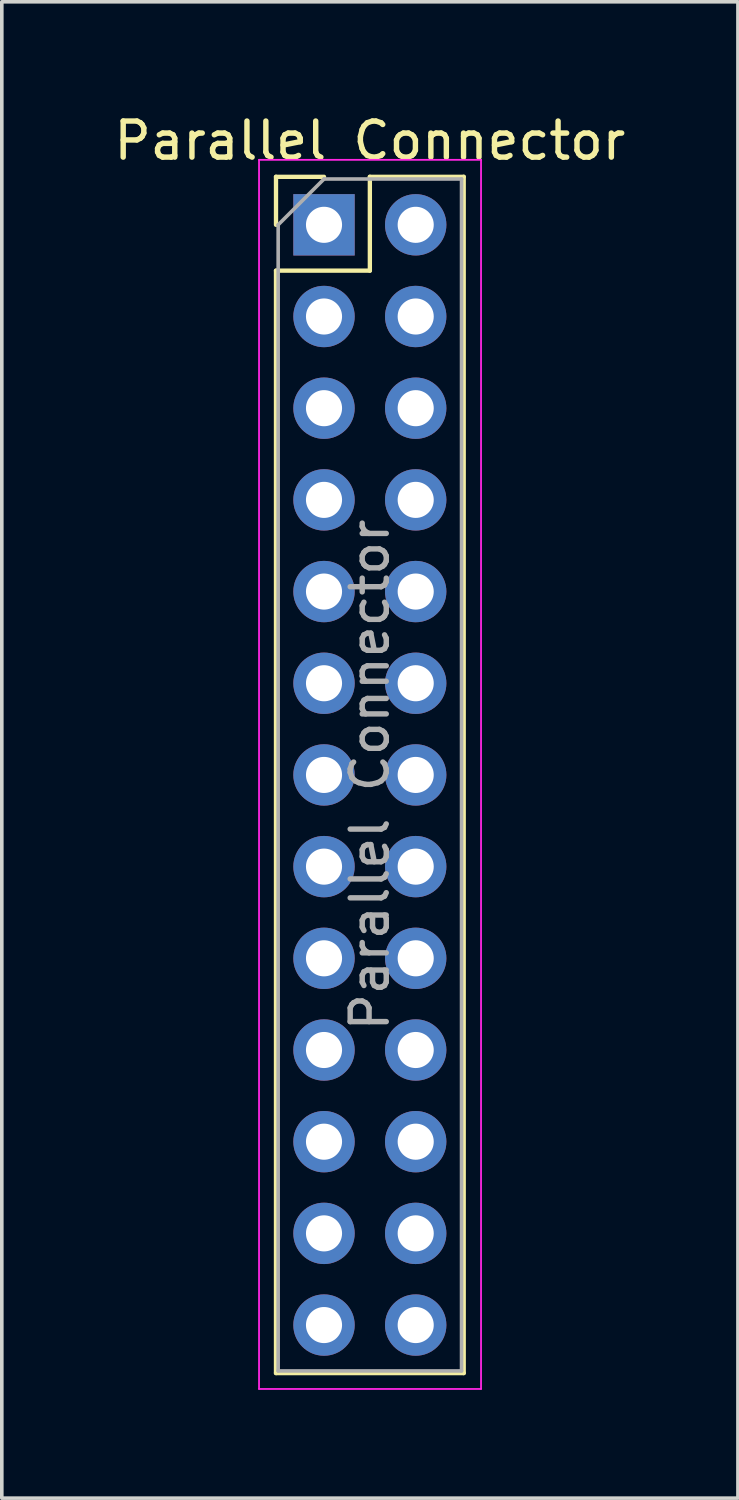
<source format=kicad_pcb>
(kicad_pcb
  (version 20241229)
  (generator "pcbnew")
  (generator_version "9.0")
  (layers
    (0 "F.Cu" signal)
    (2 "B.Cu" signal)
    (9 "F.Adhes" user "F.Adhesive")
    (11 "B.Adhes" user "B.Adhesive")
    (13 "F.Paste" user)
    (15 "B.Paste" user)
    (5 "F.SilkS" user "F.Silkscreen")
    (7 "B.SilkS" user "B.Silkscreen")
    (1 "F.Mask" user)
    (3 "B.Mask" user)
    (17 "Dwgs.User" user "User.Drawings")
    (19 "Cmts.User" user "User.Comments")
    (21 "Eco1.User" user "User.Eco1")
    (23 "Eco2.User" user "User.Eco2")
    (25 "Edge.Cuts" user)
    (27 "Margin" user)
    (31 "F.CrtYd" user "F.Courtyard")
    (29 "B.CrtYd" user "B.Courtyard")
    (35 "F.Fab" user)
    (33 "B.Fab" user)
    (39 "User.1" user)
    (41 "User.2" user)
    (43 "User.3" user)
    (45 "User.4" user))
  (footprint "Parallel Connector"
    (layer "F.Cu")
    (at 5.926 3.178)
    (property "Reference" "Parallel Connector" (at 1.27 -2.33 0) (layer "F.SilkS") (effects (font (size 1 1) (thickness 0.15))))
    (attr through_hole)
    (fp_line (start -1.33 -1.33) (end 0 -1.33) (stroke (width 0.12) (type solid)) (layer "F.SilkS"))
    (fp_line (start -1.33 0) (end -1.33 -1.33) (stroke (width 0.12) (type solid)) (layer "F.SilkS"))
    (fp_line (start -1.33 1.27) (end -1.33 31.81) (stroke (width 0.12) (type solid)) (layer "F.SilkS"))
    (fp_line (start -1.33 1.27) (end 1.27 1.27) (stroke (width 0.12) (type solid)) (layer "F.SilkS"))
    (fp_line (start -1.33 31.81) (end 3.87 31.81) (stroke (width 0.12) (type solid)) (layer "F.SilkS"))
    (fp_line (start 1.27 -1.33) (end 3.87 -1.33) (stroke (width 0.12) (type solid)) (layer "F.SilkS"))
    (fp_line (start 1.27 1.27) (end 1.27 -1.33) (stroke (width 0.12) (type solid)) (layer "F.SilkS"))
    (fp_line (start 3.87 -1.33) (end 3.87 31.81) (stroke (width 0.12) (type solid)) (layer "F.SilkS"))
    (fp_line (start -1.8 -1.8) (end -1.8 32.25) (stroke (width 0.05) (type solid)) (layer "F.CrtYd"))
    (fp_line (start -1.8 32.25) (end 4.35 32.25) (stroke (width 0.05) (type solid)) (layer "F.CrtYd"))
    (fp_line (start 4.35 -1.8) (end -1.8 -1.8) (stroke (width 0.05) (type solid)) (layer "F.CrtYd"))
    (fp_line (start 4.35 32.25) (end 4.35 -1.8) (stroke (width 0.05) (type solid)) (layer "F.CrtYd"))
    (fp_line (start -1.27 0) (end 0 -1.27) (stroke (width 0.1) (type solid)) (layer "F.Fab"))
    (fp_line (start -1.27 31.75) (end -1.27 0) (stroke (width 0.1) (type solid)) (layer "F.Fab"))
    (fp_line (start 0 -1.27) (end 3.81 -1.27) (stroke (width 0.1) (type solid)) (layer "F.Fab"))
    (fp_line (start 3.81 -1.27) (end 3.81 31.75) (stroke (width 0.1) (type solid)) (layer "F.Fab"))
    (fp_line (start 3.81 31.75) (end -1.27 31.75) (stroke (width 0.1) (type solid)) (layer "F.Fab"))
    (fp_text user "${REFERENCE}" (at 1.27 15.24 90) (layer "F.Fab") (effects (font (size 1 1) (thickness 0.15))))
    (pad "1" thru_hole rect (at 0 0) (size 1.7 1.7) (drill 1) (layers "*.Cu" "*.Mask"))
    (pad "2" thru_hole oval (at 0 2.54) (size 1.7 1.7) (drill 1) (layers "*.Cu" "*.Mask"))
    (pad "3" thru_hole oval (at 0 5.08) (size 1.7 1.7) (drill 1) (layers "*.Cu" "*.Mask"))
    (pad "4" thru_hole oval (at 0 7.62) (size 1.7 1.7) (drill 1) (layers "*.Cu" "*.Mask"))
    (pad "5" thru_hole oval (at 0 10.16) (size 1.7 1.7) (drill 1) (layers "*.Cu" "*.Mask"))
    (pad "6" thru_hole oval (at 0 12.7) (size 1.7 1.7) (drill 1) (layers "*.Cu" "*.Mask"))
    (pad "7" thru_hole oval (at 0 15.24) (size 1.7 1.7) (drill 1) (layers "*.Cu" "*.Mask"))
    (pad "8" thru_hole oval (at 0 17.78) (size 1.7 1.7) (drill 1) (layers "*.Cu" "*.Mask"))
    (pad "9" thru_hole oval (at 0 20.32) (size 1.7 1.7) (drill 1) (layers "*.Cu" "*.Mask"))
    (pad "10" thru_hole oval (at 0 22.86) (size 1.7 1.7) (drill 1) (layers "*.Cu" "*.Mask"))
    (pad "11" thru_hole oval (at 0 25.4) (size 1.7 1.7) (drill 1) (layers "*.Cu" "*.Mask"))
    (pad "12" thru_hole oval (at 0 27.94) (size 1.7 1.7) (drill 1) (layers "*.Cu" "*.Mask"))
    (pad "13" thru_hole oval (at 0 30.48) (size 1.7 1.7) (drill 1) (layers "*.Cu" "*.Mask"))
    (pad "14" thru_hole oval (at 2.54 0) (size 1.7 1.7) (drill 1) (layers "*.Cu" "*.Mask"))
    (pad "15" thru_hole oval (at 2.54 2.54) (size 1.7 1.7) (drill 1) (layers "*.Cu" "*.Mask"))
    (pad "16" thru_hole oval (at 2.54 5.08) (size 1.7 1.7) (drill 1) (layers "*.Cu" "*.Mask"))
    (pad "17" thru_hole oval (at 2.54 7.62) (size 1.7 1.7) (drill 1) (layers "*.Cu" "*.Mask"))
    (pad "18" thru_hole oval (at 2.54 10.16) (size 1.7 1.7) (drill 1) (layers "*.Cu" "*.Mask"))
    (pad "19" thru_hole oval (at 2.54 12.7) (size 1.7 1.7) (drill 1) (layers "*.Cu" "*.Mask"))
    (pad "20" thru_hole oval (at 2.54 15.24) (size 1.7 1.7) (drill 1) (layers "*.Cu" "*.Mask"))
    (pad "21" thru_hole oval (at 2.54 17.78) (size 1.7 1.7) (drill 1) (layers "*.Cu" "*.Mask"))
    (pad "22" thru_hole oval (at 2.54 20.32) (size 1.7 1.7) (drill 1) (layers "*.Cu" "*.Mask"))
    (pad "23" thru_hole oval (at 2.54 22.86) (size 1.7 1.7) (drill 1) (layers "*.Cu" "*.Mask"))
    (pad "24" thru_hole oval (at 2.54 25.4) (size 1.7 1.7) (drill 1) (layers "*.Cu" "*.Mask"))
    (pad "25" thru_hole oval (at 2.54 27.94) (size 1.7 1.7) (drill 1) (layers "*.Cu" "*.Mask"))
    (pad "26" thru_hole oval (at 2.54 30.48) (size 1.7 1.7) (drill 1) (layers "*.Cu" "*.Mask")))
  (gr_rect
    (start -3 -3)
    (end 17.393 38.453)
    (stroke (width 0.1) (type default))
    (fill no)
    (layer "Edge.Cuts")))
</source>
